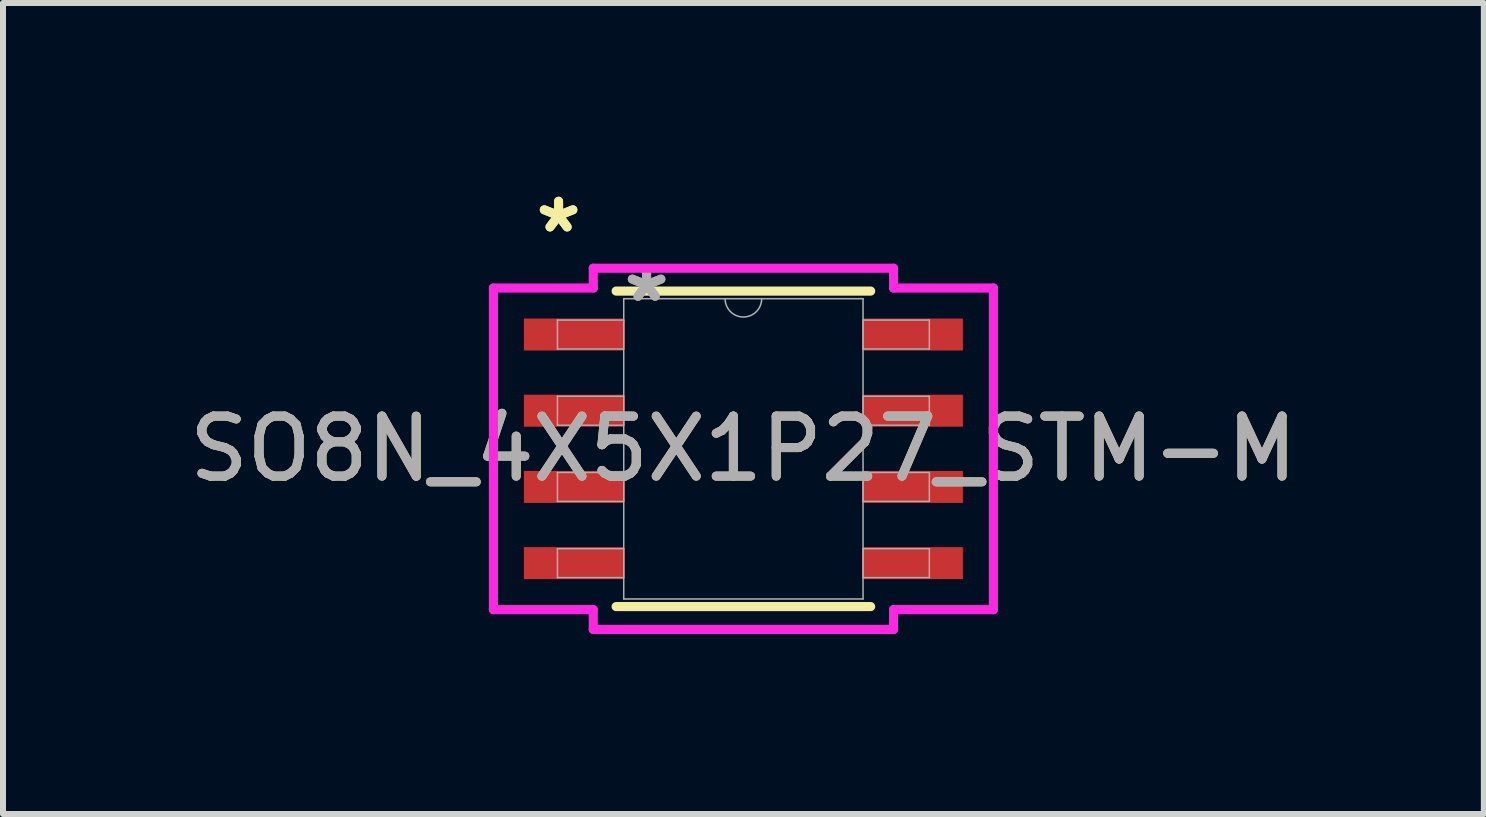
<source format=kicad_pcb>
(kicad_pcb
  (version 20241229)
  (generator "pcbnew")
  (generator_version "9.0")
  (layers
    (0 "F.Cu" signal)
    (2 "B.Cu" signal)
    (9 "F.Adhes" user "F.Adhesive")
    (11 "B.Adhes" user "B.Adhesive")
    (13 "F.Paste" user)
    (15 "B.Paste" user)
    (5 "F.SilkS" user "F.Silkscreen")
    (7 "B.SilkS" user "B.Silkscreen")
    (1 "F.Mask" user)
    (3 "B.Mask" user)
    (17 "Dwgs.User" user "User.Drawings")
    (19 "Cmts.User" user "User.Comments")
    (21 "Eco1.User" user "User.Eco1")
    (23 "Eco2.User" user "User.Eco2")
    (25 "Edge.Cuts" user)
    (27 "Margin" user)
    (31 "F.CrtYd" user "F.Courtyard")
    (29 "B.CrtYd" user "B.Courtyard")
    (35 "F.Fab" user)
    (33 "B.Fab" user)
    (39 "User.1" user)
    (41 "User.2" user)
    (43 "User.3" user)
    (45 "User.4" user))
  (footprint "SO8N_4X5X1P27_STM-M"
    (layer "F.Cu")
    (at 9.339 4.43)
    (property "Reference" "SO8N_4X5X1P27_STM-M" (at 0 0 0) (unlocked yes) (layer "F.SilkS") (effects (font (size 1 1) (thickness 0.15))))
    (attr smd)
    (fp_line (start -2.121 2.629) (end 2.121 2.629) (stroke (width 0.152) (type solid)) (layer "F.SilkS"))
    (fp_line (start 2.121 -2.629) (end -2.121 -2.629) (stroke (width 0.152) (type solid)) (layer "F.SilkS"))
    (fp_line (start -4.166 -2.68) (end -2.502 -2.68) (stroke (width 0.152) (type solid)) (layer "F.CrtYd"))
    (fp_line (start -4.166 2.68) (end -4.166 -2.68) (stroke (width 0.152) (type solid)) (layer "F.CrtYd"))
    (fp_line (start -4.166 2.68) (end -2.502 2.68) (stroke (width 0.152) (type solid)) (layer "F.CrtYd"))
    (fp_line (start -2.502 -3.01) (end 2.502 -3.01) (stroke (width 0.152) (type solid)) (layer "F.CrtYd"))
    (fp_line (start -2.502 -2.68) (end -2.502 -3.01) (stroke (width 0.152) (type solid)) (layer "F.CrtYd"))
    (fp_line (start -2.502 3.01) (end -2.502 2.68) (stroke (width 0.152) (type solid)) (layer "F.CrtYd"))
    (fp_line (start 2.502 -3.01) (end 2.502 -2.68) (stroke (width 0.152) (type solid)) (layer "F.CrtYd"))
    (fp_line (start 2.502 2.68) (end 2.502 3.01) (stroke (width 0.152) (type solid)) (layer "F.CrtYd"))
    (fp_line (start 2.502 3.01) (end -2.502 3.01) (stroke (width 0.152) (type solid)) (layer "F.CrtYd"))
    (fp_line (start 4.166 -2.68) (end 2.502 -2.68) (stroke (width 0.152) (type solid)) (layer "F.CrtYd"))
    (fp_line (start 4.166 -2.68) (end 4.166 2.68) (stroke (width 0.152) (type solid)) (layer "F.CrtYd"))
    (fp_line (start 4.166 2.68) (end 2.502 2.68) (stroke (width 0.152) (type solid)) (layer "F.CrtYd"))
    (fp_line (start -3.099 -2.146) (end -3.099 -1.664) (stroke (width 0.025) (type solid)) (layer "F.Fab"))
    (fp_line (start -3.099 -1.664) (end -1.994 -1.664) (stroke (width 0.025) (type solid)) (layer "F.Fab"))
    (fp_line (start -3.099 -0.876) (end -3.099 -0.394) (stroke (width 0.025) (type solid)) (layer "F.Fab"))
    (fp_line (start -3.099 -0.394) (end -1.994 -0.394) (stroke (width 0.025) (type solid)) (layer "F.Fab"))
    (fp_line (start -3.099 0.394) (end -3.099 0.876) (stroke (width 0.025) (type solid)) (layer "F.Fab"))
    (fp_line (start -3.099 0.876) (end -1.994 0.876) (stroke (width 0.025) (type solid)) (layer "F.Fab"))
    (fp_line (start -3.099 1.664) (end -3.099 2.146) (stroke (width 0.025) (type solid)) (layer "F.Fab"))
    (fp_line (start -3.099 2.146) (end -1.994 2.146) (stroke (width 0.025) (type solid)) (layer "F.Fab"))
    (fp_line (start -1.994 -2.502) (end -1.994 2.502) (stroke (width 0.025) (type solid)) (layer "F.Fab"))
    (fp_line (start -1.994 -2.146) (end -3.099 -2.146) (stroke (width 0.025) (type solid)) (layer "F.Fab"))
    (fp_line (start -1.994 -1.664) (end -1.994 -2.146) (stroke (width 0.025) (type solid)) (layer "F.Fab"))
    (fp_line (start -1.994 -0.876) (end -3.099 -0.876) (stroke (width 0.025) (type solid)) (layer "F.Fab"))
    (fp_line (start -1.994 -0.394) (end -1.994 -0.876) (stroke (width 0.025) (type solid)) (layer "F.Fab"))
    (fp_line (start -1.994 0.394) (end -3.099 0.394) (stroke (width 0.025) (type solid)) (layer "F.Fab"))
    (fp_line (start -1.994 0.876) (end -1.994 0.394) (stroke (width 0.025) (type solid)) (layer "F.Fab"))
    (fp_line (start -1.994 1.664) (end -3.099 1.664) (stroke (width 0.025) (type solid)) (layer "F.Fab"))
    (fp_line (start -1.994 2.146) (end -1.994 1.664) (stroke (width 0.025) (type solid)) (layer "F.Fab"))
    (fp_line (start -1.994 2.502) (end 1.994 2.502) (stroke (width 0.025) (type solid)) (layer "F.Fab"))
    (fp_line (start 1.994 -2.502) (end -1.994 -2.502) (stroke (width 0.025) (type solid)) (layer "F.Fab"))
    (fp_line (start 1.994 -2.146) (end 1.994 -1.664) (stroke (width 0.025) (type solid)) (layer "F.Fab"))
    (fp_line (start 1.994 -1.664) (end 3.099 -1.664) (stroke (width 0.025) (type solid)) (layer "F.Fab"))
    (fp_line (start 1.994 -0.876) (end 1.994 -0.394) (stroke (width 0.025) (type solid)) (layer "F.Fab"))
    (fp_line (start 1.994 -0.394) (end 3.099 -0.394) (stroke (width 0.025) (type solid)) (layer "F.Fab"))
    (fp_line (start 1.994 0.394) (end 1.994 0.876) (stroke (width 0.025) (type solid)) (layer "F.Fab"))
    (fp_line (start 1.994 0.876) (end 3.099 0.876) (stroke (width 0.025) (type solid)) (layer "F.Fab"))
    (fp_line (start 1.994 1.664) (end 1.994 2.146) (stroke (width 0.025) (type solid)) (layer "F.Fab"))
    (fp_line (start 1.994 2.146) (end 3.099 2.146) (stroke (width 0.025) (type solid)) (layer "F.Fab"))
    (fp_line (start 1.994 2.502) (end 1.994 -2.502) (stroke (width 0.025) (type solid)) (layer "F.Fab"))
    (fp_line (start 3.099 -2.146) (end 1.994 -2.146) (stroke (width 0.025) (type solid)) (layer "F.Fab"))
    (fp_line (start 3.099 -1.664) (end 3.099 -2.146) (stroke (width 0.025) (type solid)) (layer "F.Fab"))
    (fp_line (start 3.099 -0.876) (end 1.994 -0.876) (stroke (width 0.025) (type solid)) (layer "F.Fab"))
    (fp_line (start 3.099 -0.394) (end 3.099 -0.876) (stroke (width 0.025) (type solid)) (layer "F.Fab"))
    (fp_line (start 3.099 0.394) (end 1.994 0.394) (stroke (width 0.025) (type solid)) (layer "F.Fab"))
    (fp_line (start 3.099 0.876) (end 3.099 0.394) (stroke (width 0.025) (type solid)) (layer "F.Fab"))
    (fp_line (start 3.099 1.664) (end 1.994 1.664) (stroke (width 0.025) (type solid)) (layer "F.Fab"))
    (fp_line (start 3.099 2.146) (end 3.099 1.664) (stroke (width 0.025) (type solid)) (layer "F.Fab"))
    (fp_arc (start 0.3048 -2.5019) (mid 0 -2.1971) (end -0.3048 -2.5019) (stroke (width 0.0254) (type solid)) (layer "F.Fab"))
    (fp_text user "*" (at -3.08 -3.581 0) (unlocked yes) (layer "F.SilkS") (effects (font (size 1 1) (thickness 0.15))))
    (fp_text user "*" (at -3.08 -3.581 0) (layer "F.SilkS") (effects (font (size 1 1) (thickness 0.15))))
    (fp_text user "*" (at -1.613 -2.426 0) (unlocked yes) (layer "F.Fab") (effects (font (size 1 1) (thickness 0.15))))
    (fp_text user "${REFERENCE}" (at 0 0 0) (unlocked yes) (layer "F.Fab") (effects (font (size 1 1) (thickness 0.15))))
    (fp_text user "*" (at -1.613 -2.426 0) (layer "F.Fab") (effects (font (size 1 1) (thickness 0.15))))
    (pad "1" smd rect (at -2.826 -1.905) (size 1.664 0.533) (layers "F.Cu" "F.Mask" "F.Paste"))
    (pad "2" smd rect (at -2.826 -0.635) (size 1.664 0.533) (layers "F.Cu" "F.Mask" "F.Paste"))
    (pad "3" smd rect (at -2.826 0.635) (size 1.664 0.533) (layers "F.Cu" "F.Mask" "F.Paste"))
    (pad "4" smd rect (at -2.826 1.905) (size 1.664 0.533) (layers "F.Cu" "F.Mask" "F.Paste"))
    (pad "5" smd rect (at 2.826 1.905) (size 1.664 0.533) (layers "F.Cu" "F.Mask" "F.Paste"))
    (pad "6" smd rect (at 2.826 0.635) (size 1.664 0.533) (layers "F.Cu" "F.Mask" "F.Paste"))
    (pad "7" smd rect (at 2.826 -0.635) (size 1.664 0.533) (layers "F.Cu" "F.Mask" "F.Paste"))
    (pad "8" smd rect (at 2.826 -1.905) (size 1.664 0.533) (layers "F.Cu" "F.Mask" "F.Paste")))
  (gr_rect
    (start -3 -3)
    (end 21.679 10.516)
    (stroke (width 0.1) (type default))
    (fill no)
    (layer "Edge.Cuts")))
</source>
